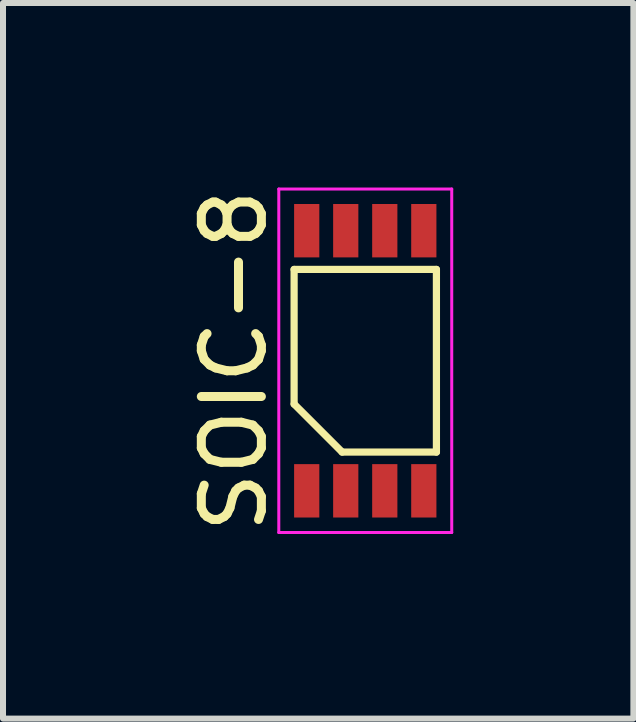
<source format=kicad_pcb>
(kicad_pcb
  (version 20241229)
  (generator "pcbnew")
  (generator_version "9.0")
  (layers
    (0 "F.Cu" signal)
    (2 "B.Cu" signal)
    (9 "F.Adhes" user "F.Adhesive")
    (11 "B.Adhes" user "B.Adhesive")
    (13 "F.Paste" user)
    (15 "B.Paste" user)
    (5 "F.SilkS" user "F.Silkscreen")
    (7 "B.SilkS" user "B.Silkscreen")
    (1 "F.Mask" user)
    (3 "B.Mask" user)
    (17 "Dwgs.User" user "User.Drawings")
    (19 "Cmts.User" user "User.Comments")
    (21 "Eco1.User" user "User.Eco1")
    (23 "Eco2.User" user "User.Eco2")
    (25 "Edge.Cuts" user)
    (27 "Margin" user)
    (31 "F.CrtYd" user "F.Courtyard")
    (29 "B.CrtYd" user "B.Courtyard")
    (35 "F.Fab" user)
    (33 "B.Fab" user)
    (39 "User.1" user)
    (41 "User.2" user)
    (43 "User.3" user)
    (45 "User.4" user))
  (footprint "SOIC-8"
    (layer "F.Cu")
    (at 3.033 2.958)
    (property "Reference" "SOIC-8" (at -2.185 0 90) (layer "F.SilkS") (effects (font (size 1 1) (thickness 0.15))))
    (attr smd)
    (fp_line (start -1.185 -1.521) (end 1.185 -1.521) (stroke (width 0.12) (type solid)) (layer "F.SilkS"))
    (fp_line (start -1.185 0.721) (end -1.185 -1.521) (stroke (width 0.12) (type solid)) (layer "F.SilkS"))
    (fp_line (start -0.385 1.521) (end -1.185 0.721) (stroke (width 0.12) (type solid)) (layer "F.SilkS"))
    (fp_line (start 1.185 -1.521) (end 1.185 1.521) (stroke (width 0.12) (type solid)) (layer "F.SilkS"))
    (fp_line (start 1.185 1.521) (end -0.385 1.521) (stroke (width 0.12) (type solid)) (layer "F.SilkS"))
    (fp_line (start -1.44 -2.86) (end 1.44 -2.86) (stroke (width 0.05) (type solid)) (layer "F.CrtYd"))
    (fp_line (start -1.44 2.86) (end -1.44 -2.86) (stroke (width 0.05) (type solid)) (layer "F.CrtYd"))
    (fp_line (start 1.44 -2.86) (end 1.44 2.86) (stroke (width 0.05) (type solid)) (layer "F.CrtYd"))
    (fp_line (start 1.44 2.86) (end -1.44 2.86) (stroke (width 0.05) (type solid)) (layer "F.CrtYd"))
    (pad "1" smd rect (at -0.975 2.166) (size 0.42 0.889) (layers "F.Cu" "F.Mask" "F.Paste"))
    (pad "2" smd rect (at -0.325 2.166) (size 0.42 0.889) (layers "F.Cu" "F.Mask" "F.Paste"))
    (pad "3" smd rect (at 0.325 2.166) (size 0.42 0.889) (layers "F.Cu" "F.Mask" "F.Paste"))
    (pad "4" smd rect (at 0.975 2.166) (size 0.42 0.889) (layers "F.Cu" "F.Mask" "F.Paste"))
    (pad "5" smd rect (at 0.975 -2.166) (size 0.42 0.889) (layers "F.Cu" "F.Mask" "F.Paste"))
    (pad "6" smd rect (at 0.325 -2.166) (size 0.42 0.889) (layers "F.Cu" "F.Mask" "F.Paste"))
    (pad "7" smd rect (at -0.325 -2.166) (size 0.42 0.889) (layers "F.Cu" "F.Mask" "F.Paste"))
    (pad "8" smd rect (at -0.975 -2.166) (size 0.42 0.889) (layers "F.Cu" "F.Mask" "F.Paste")))
  (gr_rect
    (start -3 -3)
    (end 7.498 8.917)
    (stroke (width 0.1) (type default))
    (fill no)
    (layer "Edge.Cuts")))
</source>
